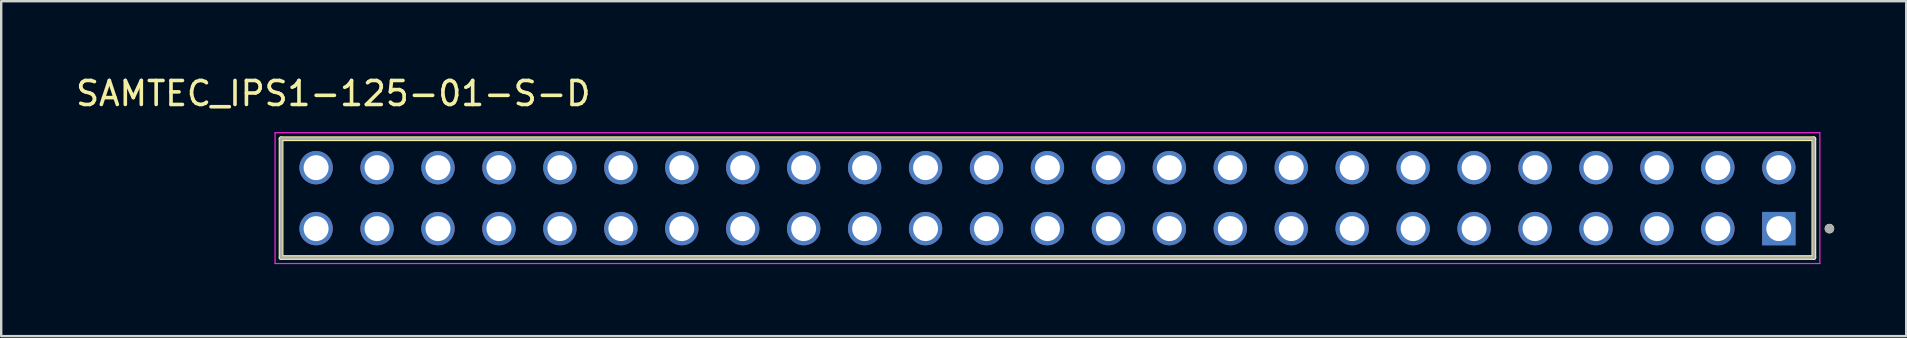
<source format=kicad_pcb>
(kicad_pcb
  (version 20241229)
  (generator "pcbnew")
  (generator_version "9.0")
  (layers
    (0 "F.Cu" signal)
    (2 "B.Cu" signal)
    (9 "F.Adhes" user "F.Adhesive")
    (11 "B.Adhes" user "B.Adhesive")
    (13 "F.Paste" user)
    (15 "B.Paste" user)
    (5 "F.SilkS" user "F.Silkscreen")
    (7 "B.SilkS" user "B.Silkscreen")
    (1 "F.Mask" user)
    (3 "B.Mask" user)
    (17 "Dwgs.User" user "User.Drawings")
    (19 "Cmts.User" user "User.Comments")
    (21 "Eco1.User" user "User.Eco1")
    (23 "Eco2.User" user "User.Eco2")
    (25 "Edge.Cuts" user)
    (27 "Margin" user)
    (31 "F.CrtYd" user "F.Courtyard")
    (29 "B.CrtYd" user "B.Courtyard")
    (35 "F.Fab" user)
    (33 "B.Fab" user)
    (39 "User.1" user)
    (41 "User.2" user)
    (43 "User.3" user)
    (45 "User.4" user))
  (footprint "SAMTEC_IPS1-125-01-S-D"
    (layer "F.Cu")
    (at 40.604 5.208)
    (property "Reference" "SAMTEC_IPS1-125-01-S-D" (at -29.765 -4.36 0) (layer "F.SilkS") (effects (font (size 1 1) (thickness 0.15))))
    (attr through_hole)
    (fp_line (start -31.94 2.475) (end -31.94 -2.475) (stroke (width 0.2) (type solid)) (layer "F.SilkS"))
    (fp_line (start 31.94 -2.475) (end -31.94 -2.475) (stroke (width 0.2) (type solid)) (layer "F.SilkS"))
    (fp_line (start 31.94 -2.475) (end 31.94 2.475) (stroke (width 0.2) (type solid)) (layer "F.SilkS"))
    (fp_line (start 31.94 2.475) (end -31.94 2.475) (stroke (width 0.2) (type solid)) (layer "F.SilkS"))
    (fp_circle (center 32.59 1.27) (end 32.69 1.27) (stroke (width 0.2) (type solid)) (fill no) (layer "F.SilkS"))
    (fp_line (start -32.19 -2.725) (end 32.19 -2.725) (stroke (width 0.05) (type solid)) (layer "F.CrtYd"))
    (fp_line (start -32.19 2.725) (end -32.19 -2.725) (stroke (width 0.05) (type solid)) (layer "F.CrtYd"))
    (fp_line (start 32.19 -2.725) (end 32.19 2.725) (stroke (width 0.05) (type solid)) (layer "F.CrtYd"))
    (fp_line (start 32.19 2.725) (end -32.19 2.725) (stroke (width 0.05) (type solid)) (layer "F.CrtYd"))
    (fp_line (start -31.94 -2.475) (end 31.94 -2.475) (stroke (width 0.1) (type solid)) (layer "F.Fab"))
    (fp_line (start -31.94 -2.475) (end 31.94 -2.475) (stroke (width 0.1) (type solid)) (layer "F.Fab"))
    (fp_line (start -31.94 2.475) (end -31.94 -2.475) (stroke (width 0.1) (type solid)) (layer "F.Fab"))
    (fp_line (start -31.94 2.475) (end -31.94 -2.475) (stroke (width 0.1) (type solid)) (layer "F.Fab"))
    (fp_line (start 31.94 -2.475) (end 31.94 2.475) (stroke (width 0.1) (type solid)) (layer "F.Fab"))
    (fp_line (start 31.94 -2.475) (end 31.94 2.475) (stroke (width 0.1) (type solid)) (layer "F.Fab"))
    (fp_line (start 31.94 2.475) (end -31.94 2.475) (stroke (width 0.1) (type solid)) (layer "F.Fab"))
    (fp_circle (center 32.59 1.27) (end 32.69 1.27) (stroke (width 0.2) (type solid)) (fill no) (layer "F.Fab"))
    (pad "01" thru_hole rect (at 30.48 1.27) (size 1.39 1.39) (drill 1.04) (layers "*.Cu" "*.Mask"))
    (pad "02" thru_hole circle (at 30.48 -1.27) (size 1.39 1.39) (drill 1.04) (layers "*.Cu" "*.Mask"))
    (pad "03" thru_hole circle (at 27.94 1.27) (size 1.39 1.39) (drill 1.04) (layers "*.Cu" "*.Mask"))
    (pad "04" thru_hole circle (at 27.94 -1.27) (size 1.39 1.39) (drill 1.04) (layers "*.Cu" "*.Mask"))
    (pad "05" thru_hole circle (at 25.4 1.27) (size 1.39 1.39) (drill 1.04) (layers "*.Cu" "*.Mask"))
    (pad "06" thru_hole circle (at 25.4 -1.27) (size 1.39 1.39) (drill 1.04) (layers "*.Cu" "*.Mask"))
    (pad "07" thru_hole circle (at 22.86 1.27) (size 1.39 1.39) (drill 1.04) (layers "*.Cu" "*.Mask"))
    (pad "08" thru_hole circle (at 22.86 -1.27) (size 1.39 1.39) (drill 1.04) (layers "*.Cu" "*.Mask"))
    (pad "09" thru_hole circle (at 20.32 1.27) (size 1.39 1.39) (drill 1.04) (layers "*.Cu" "*.Mask"))
    (pad "10" thru_hole circle (at 20.32 -1.27) (size 1.39 1.39) (drill 1.04) (layers "*.Cu" "*.Mask"))
    (pad "11" thru_hole circle (at 17.78 1.27) (size 1.39 1.39) (drill 1.04) (layers "*.Cu" "*.Mask"))
    (pad "12" thru_hole circle (at 17.78 -1.27) (size 1.39 1.39) (drill 1.04) (layers "*.Cu" "*.Mask"))
    (pad "13" thru_hole circle (at 15.24 1.27) (size 1.39 1.39) (drill 1.04) (layers "*.Cu" "*.Mask"))
    (pad "14" thru_hole circle (at 15.24 -1.27) (size 1.39 1.39) (drill 1.04) (layers "*.Cu" "*.Mask"))
    (pad "15" thru_hole circle (at 12.7 1.27) (size 1.39 1.39) (drill 1.04) (layers "*.Cu" "*.Mask"))
    (pad "16" thru_hole circle (at 12.7 -1.27) (size 1.39 1.39) (drill 1.04) (layers "*.Cu" "*.Mask"))
    (pad "17" thru_hole circle (at 10.16 1.27) (size 1.39 1.39) (drill 1.04) (layers "*.Cu" "*.Mask"))
    (pad "18" thru_hole circle (at 10.16 -1.27) (size 1.39 1.39) (drill 1.04) (layers "*.Cu" "*.Mask"))
    (pad "19" thru_hole circle (at 7.62 1.27) (size 1.39 1.39) (drill 1.04) (layers "*.Cu" "*.Mask"))
    (pad "20" thru_hole circle (at 7.62 -1.27) (size 1.39 1.39) (drill 1.04) (layers "*.Cu" "*.Mask"))
    (pad "21" thru_hole circle (at 5.08 1.27) (size 1.39 1.39) (drill 1.04) (layers "*.Cu" "*.Mask"))
    (pad "22" thru_hole circle (at 5.08 -1.27) (size 1.39 1.39) (drill 1.04) (layers "*.Cu" "*.Mask"))
    (pad "23" thru_hole circle (at 2.54 1.27) (size 1.39 1.39) (drill 1.04) (layers "*.Cu" "*.Mask"))
    (pad "24" thru_hole circle (at 2.54 -1.27) (size 1.39 1.39) (drill 1.04) (layers "*.Cu" "*.Mask"))
    (pad "25" thru_hole circle (at 0 1.27) (size 1.39 1.39) (drill 1.04) (layers "*.Cu" "*.Mask"))
    (pad "26" thru_hole circle (at 0 -1.27) (size 1.39 1.39) (drill 1.04) (layers "*.Cu" "*.Mask"))
    (pad "27" thru_hole circle (at -2.54 1.27) (size 1.39 1.39) (drill 1.04) (layers "*.Cu" "*.Mask"))
    (pad "28" thru_hole circle (at -2.54 -1.27) (size 1.39 1.39) (drill 1.04) (layers "*.Cu" "*.Mask"))
    (pad "29" thru_hole circle (at -5.08 1.27) (size 1.39 1.39) (drill 1.04) (layers "*.Cu" "*.Mask"))
    (pad "30" thru_hole circle (at -5.08 -1.27) (size 1.39 1.39) (drill 1.04) (layers "*.Cu" "*.Mask"))
    (pad "31" thru_hole circle (at -7.62 1.27) (size 1.39 1.39) (drill 1.04) (layers "*.Cu" "*.Mask"))
    (pad "32" thru_hole circle (at -7.62 -1.27) (size 1.39 1.39) (drill 1.04) (layers "*.Cu" "*.Mask"))
    (pad "33" thru_hole circle (at -10.16 1.27) (size 1.39 1.39) (drill 1.04) (layers "*.Cu" "*.Mask"))
    (pad "34" thru_hole circle (at -10.16 -1.27) (size 1.39 1.39) (drill 1.04) (layers "*.Cu" "*.Mask"))
    (pad "35" thru_hole circle (at -12.7 1.27) (size 1.39 1.39) (drill 1.04) (layers "*.Cu" "*.Mask"))
    (pad "36" thru_hole circle (at -12.7 -1.27) (size 1.39 1.39) (drill 1.04) (layers "*.Cu" "*.Mask"))
    (pad "37" thru_hole circle (at -15.24 1.27) (size 1.39 1.39) (drill 1.04) (layers "*.Cu" "*.Mask"))
    (pad "38" thru_hole circle (at -15.24 -1.27) (size 1.39 1.39) (drill 1.04) (layers "*.Cu" "*.Mask"))
    (pad "39" thru_hole circle (at -17.78 1.27) (size 1.39 1.39) (drill 1.04) (layers "*.Cu" "*.Mask"))
    (pad "40" thru_hole circle (at -17.78 -1.27) (size 1.39 1.39) (drill 1.04) (layers "*.Cu" "*.Mask"))
    (pad "41" thru_hole circle (at -20.32 1.27) (size 1.39 1.39) (drill 1.04) (layers "*.Cu" "*.Mask"))
    (pad "42" thru_hole circle (at -20.32 -1.27) (size 1.39 1.39) (drill 1.04) (layers "*.Cu" "*.Mask"))
    (pad "43" thru_hole circle (at -22.86 1.27) (size 1.39 1.39) (drill 1.04) (layers "*.Cu" "*.Mask"))
    (pad "44" thru_hole circle (at -22.86 -1.27) (size 1.39 1.39) (drill 1.04) (layers "*.Cu" "*.Mask"))
    (pad "45" thru_hole circle (at -25.4 1.27) (size 1.39 1.39) (drill 1.04) (layers "*.Cu" "*.Mask"))
    (pad "46" thru_hole circle (at -25.4 -1.27) (size 1.39 1.39) (drill 1.04) (layers "*.Cu" "*.Mask"))
    (pad "47" thru_hole circle (at -27.94 1.27) (size 1.39 1.39) (drill 1.04) (layers "*.Cu" "*.Mask"))
    (pad "48" thru_hole circle (at -27.94 -1.27) (size 1.39 1.39) (drill 1.04) (layers "*.Cu" "*.Mask"))
    (pad "49" thru_hole circle (at -30.48 1.27) (size 1.39 1.39) (drill 1.04) (layers "*.Cu" "*.Mask"))
    (pad "50" thru_hole circle (at -30.48 -1.27) (size 1.39 1.39) (drill 1.04) (layers "*.Cu" "*.Mask")))
  (gr_rect
    (start -3 -3)
    (end 76.394 10.958)
    (stroke (width 0.1) (type default))
    (fill no)
    (layer "Edge.Cuts")))
</source>
